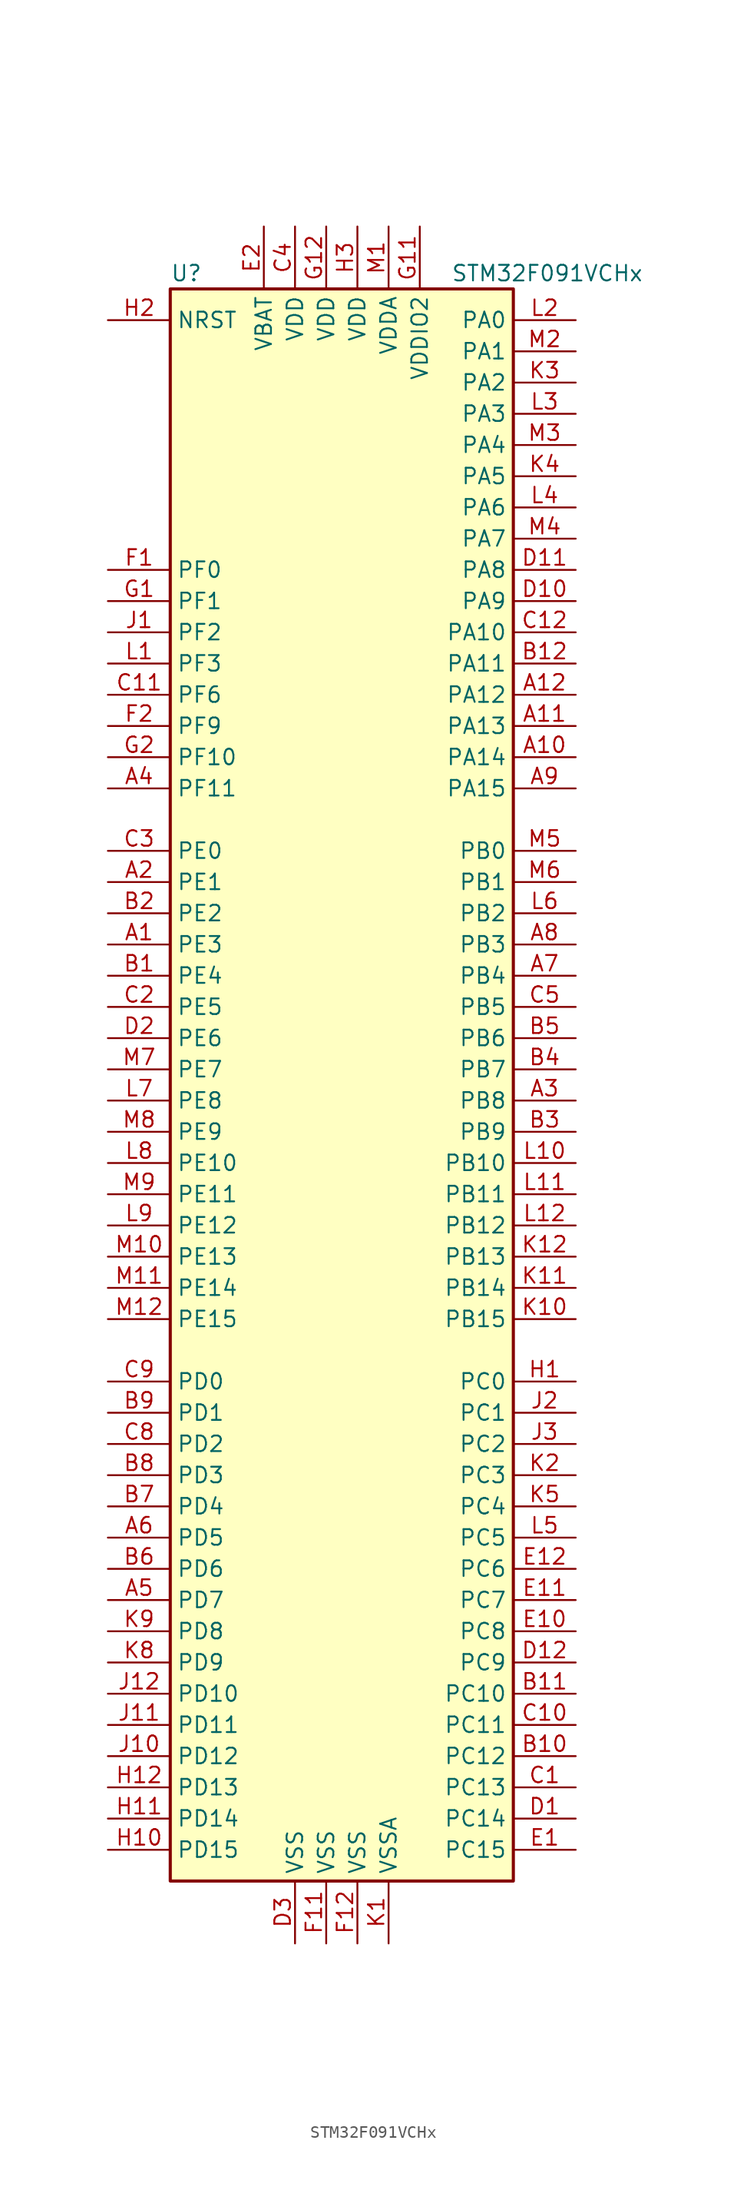
<source format=kicad_sym>
(kicad_symbol_lib
  (version 20211014)
  (generator kicad_symbol_editor)
  (symbol "STM32F091VCHx"
    (property "Reference" "U"
      (at -15.24 64.77 0)
      (effects (font (size 1.27 1.27)) (justify left)))
    (property "Value" "STM32F091VCHx"
      (at 7.62 64.77 0)
      (effects (font (size 1.27 1.27)) (justify left)))
    (symbol "STM32F091VCHx_0_1"
      (rectangle (start -15.24 -66.04) (end 12.7 63.5) (stroke (width 0.254) (type default) (color 0 0 0 0)) (fill (type background))))
    (symbol "STM32F091VCHx_1_1"
      (pin bidirectional line (at -20.32 10.16 0) (length 5.08) (name "PE3" (effects (font (size 1.27 1.27)))) (number "A1" (effects (font (size 1.27 1.27)))))
      (pin bidirectional line (at 17.78 25.4 180) (length 5.08) (name "PA14" (effects (font (size 1.27 1.27)))) (number "A10" (effects (font (size 1.27 1.27)))))
      (pin bidirectional line (at 17.78 27.94 180) (length 5.08) (name "PA13" (effects (font (size 1.27 1.27)))) (number "A11" (effects (font (size 1.27 1.27)))))
      (pin bidirectional line (at 17.78 30.48 180) (length 5.08) (name "PA12" (effects (font (size 1.27 1.27)))) (number "A12" (effects (font (size 1.27 1.27)))))
      (pin bidirectional line (at -20.32 15.24 0) (length 5.08) (name "PE1" (effects (font (size 1.27 1.27)))) (number "A2" (effects (font (size 1.27 1.27)))))
      (pin bidirectional line (at 17.78 -2.54 180) (length 5.08) (name "PB8" (effects (font (size 1.27 1.27)))) (number "A3" (effects (font (size 1.27 1.27)))))
      (pin bidirectional line (at -20.32 22.86 0) (length 5.08) (name "PF11" (effects (font (size 1.27 1.27)))) (number "A4" (effects (font (size 1.27 1.27)))))
      (pin bidirectional line (at -20.32 -43.18 0) (length 5.08) (name "PD7" (effects (font (size 1.27 1.27)))) (number "A5" (effects (font (size 1.27 1.27)))))
      (pin bidirectional line (at -20.32 -38.1 0) (length 5.08) (name "PD5" (effects (font (size 1.27 1.27)))) (number "A6" (effects (font (size 1.27 1.27)))))
      (pin bidirectional line (at 17.78 7.62 180) (length 5.08) (name "PB4" (effects (font (size 1.27 1.27)))) (number "A7" (effects (font (size 1.27 1.27)))))
      (pin bidirectional line (at 17.78 10.16 180) (length 5.08) (name "PB3" (effects (font (size 1.27 1.27)))) (number "A8" (effects (font (size 1.27 1.27)))))
      (pin bidirectional line (at 17.78 22.86 180) (length 5.08) (name "PA15" (effects (font (size 1.27 1.27)))) (number "A9" (effects (font (size 1.27 1.27)))))
      (pin bidirectional line (at -20.32 7.62 0) (length 5.08) (name "PE4" (effects (font (size 1.27 1.27)))) (number "B1" (effects (font (size 1.27 1.27)))))
      (pin bidirectional line (at 17.78 -55.88 180) (length 5.08) (name "PC12" (effects (font (size 1.27 1.27)))) (number "B10" (effects (font (size 1.27 1.27)))))
      (pin bidirectional line (at 17.78 -50.8 180) (length 5.08) (name "PC10" (effects (font (size 1.27 1.27)))) (number "B11" (effects (font (size 1.27 1.27)))))
      (pin bidirectional line (at 17.78 33.02 180) (length 5.08) (name "PA11" (effects (font (size 1.27 1.27)))) (number "B12" (effects (font (size 1.27 1.27)))))
      (pin bidirectional line (at -20.32 12.7 0) (length 5.08) (name "PE2" (effects (font (size 1.27 1.27)))) (number "B2" (effects (font (size 1.27 1.27)))))
      (pin bidirectional line (at 17.78 -5.08 180) (length 5.08) (name "PB9" (effects (font (size 1.27 1.27)))) (number "B3" (effects (font (size 1.27 1.27)))))
      (pin bidirectional line (at 17.78 0 180) (length 5.08) (name "PB7" (effects (font (size 1.27 1.27)))) (number "B4" (effects (font (size 1.27 1.27)))))
      (pin bidirectional line (at 17.78 2.54 180) (length 5.08) (name "PB6" (effects (font (size 1.27 1.27)))) (number "B5" (effects (font (size 1.27 1.27)))))
      (pin bidirectional line (at -20.32 -40.64 0) (length 5.08) (name "PD6" (effects (font (size 1.27 1.27)))) (number "B6" (effects (font (size 1.27 1.27)))))
      (pin bidirectional line (at -20.32 -35.56 0) (length 5.08) (name "PD4" (effects (font (size 1.27 1.27)))) (number "B7" (effects (font (size 1.27 1.27)))))
      (pin bidirectional line (at -20.32 -33.02 0) (length 5.08) (name "PD3" (effects (font (size 1.27 1.27)))) (number "B8" (effects (font (size 1.27 1.27)))))
      (pin bidirectional line (at -20.32 -27.94 0) (length 5.08) (name "PD1" (effects (font (size 1.27 1.27)))) (number "B9" (effects (font (size 1.27 1.27)))))
      (pin bidirectional line (at 17.78 -58.42 180) (length 5.08) (name "PC13" (effects (font (size 1.27 1.27)))) (number "C1" (effects (font (size 1.27 1.27)))))
      (pin bidirectional line (at 17.78 -53.34 180) (length 5.08) (name "PC11" (effects (font (size 1.27 1.27)))) (number "C10" (effects (font (size 1.27 1.27)))))
      (pin bidirectional line (at -20.32 30.48 0) (length 5.08) (name "PF6" (effects (font (size 1.27 1.27)))) (number "C11" (effects (font (size 1.27 1.27)))))
      (pin bidirectional line (at 17.78 35.56 180) (length 5.08) (name "PA10" (effects (font (size 1.27 1.27)))) (number "C12" (effects (font (size 1.27 1.27)))))
      (pin bidirectional line (at -20.32 5.08 0) (length 5.08) (name "PE5" (effects (font (size 1.27 1.27)))) (number "C2" (effects (font (size 1.27 1.27)))))
      (pin bidirectional line (at -20.32 17.78 0) (length 5.08) (name "PE0" (effects (font (size 1.27 1.27)))) (number "C3" (effects (font (size 1.27 1.27)))))
      (pin power_in line (at -5.08 68.58 270) (length 5.08) (name "VDD" (effects (font (size 1.27 1.27)))) (number "C4" (effects (font (size 1.27 1.27)))))
      (pin bidirectional line (at 17.78 5.08 180) (length 5.08) (name "PB5" (effects (font (size 1.27 1.27)))) (number "C5" (effects (font (size 1.27 1.27)))))
      (pin bidirectional line (at -20.32 -30.48 0) (length 5.08) (name "PD2" (effects (font (size 1.27 1.27)))) (number "C8" (effects (font (size 1.27 1.27)))))
      (pin bidirectional line (at -20.32 -25.4 0) (length 5.08) (name "PD0" (effects (font (size 1.27 1.27)))) (number "C9" (effects (font (size 1.27 1.27)))))
      (pin bidirectional line (at 17.78 -60.96 180) (length 5.08) (name "PC14" (effects (font (size 1.27 1.27)))) (number "D1" (effects (font (size 1.27 1.27)))))
      (pin bidirectional line (at 17.78 38.1 180) (length 5.08) (name "PA9" (effects (font (size 1.27 1.27)))) (number "D10" (effects (font (size 1.27 1.27)))))
      (pin bidirectional line (at 17.78 40.64 180) (length 5.08) (name "PA8" (effects (font (size 1.27 1.27)))) (number "D11" (effects (font (size 1.27 1.27)))))
      (pin bidirectional line (at 17.78 -48.26 180) (length 5.08) (name "PC9" (effects (font (size 1.27 1.27)))) (number "D12" (effects (font (size 1.27 1.27)))))
      (pin bidirectional line (at -20.32 2.54 0) (length 5.08) (name "PE6" (effects (font (size 1.27 1.27)))) (number "D2" (effects (font (size 1.27 1.27)))))
      (pin power_in line (at -5.08 -71.12 90) (length 5.08) (name "VSS" (effects (font (size 1.27 1.27)))) (number "D3" (effects (font (size 1.27 1.27)))))
      (pin bidirectional line (at 17.78 -63.5 180) (length 5.08) (name "PC15" (effects (font (size 1.27 1.27)))) (number "E1" (effects (font (size 1.27 1.27)))))
      (pin bidirectional line (at 17.78 -45.72 180) (length 5.08) (name "PC8" (effects (font (size 1.27 1.27)))) (number "E10" (effects (font (size 1.27 1.27)))))
      (pin bidirectional line (at 17.78 -43.18 180) (length 5.08) (name "PC7" (effects (font (size 1.27 1.27)))) (number "E11" (effects (font (size 1.27 1.27)))))
      (pin bidirectional line (at 17.78 -40.64 180) (length 5.08) (name "PC6" (effects (font (size 1.27 1.27)))) (number "E12" (effects (font (size 1.27 1.27)))))
      (pin power_in line (at -7.62 68.58 270) (length 5.08) (name "VBAT" (effects (font (size 1.27 1.27)))) (number "E2" (effects (font (size 1.27 1.27)))))
      (pin no_connect line (at -15.24 -63.5 0) (length 5.08) hide (name "NC" (effects (font (size 1.27 1.27)))) (number "E3" (effects (font (size 1.27 1.27)))))
      (pin input line (at -20.32 40.64 0) (length 5.08) (name "PF0" (effects (font (size 1.27 1.27)))) (number "F1" (effects (font (size 1.27 1.27)))))
      (pin power_in line (at -2.54 -71.12 90) (length 5.08) (name "VSS" (effects (font (size 1.27 1.27)))) (number "F11" (effects (font (size 1.27 1.27)))))
      (pin power_in line (at 0 -71.12 90) (length 5.08) (name "VSS" (effects (font (size 1.27 1.27)))) (number "F12" (effects (font (size 1.27 1.27)))))
      (pin bidirectional line (at -20.32 27.94 0) (length 5.08) (name "PF9" (effects (font (size 1.27 1.27)))) (number "F2" (effects (font (size 1.27 1.27)))))
      (pin input line (at -20.32 38.1 0) (length 5.08) (name "PF1" (effects (font (size 1.27 1.27)))) (number "G1" (effects (font (size 1.27 1.27)))))
      (pin power_in line (at 5.08 68.58 270) (length 5.08) (name "VDDIO2" (effects (font (size 1.27 1.27)))) (number "G11" (effects (font (size 1.27 1.27)))))
      (pin power_in line (at -2.54 68.58 270) (length 5.08) (name "VDD" (effects (font (size 1.27 1.27)))) (number "G12" (effects (font (size 1.27 1.27)))))
      (pin bidirectional line (at -20.32 25.4 0) (length 5.08) (name "PF10" (effects (font (size 1.27 1.27)))) (number "G2" (effects (font (size 1.27 1.27)))))
      (pin bidirectional line (at 17.78 -25.4 180) (length 5.08) (name "PC0" (effects (font (size 1.27 1.27)))) (number "H1" (effects (font (size 1.27 1.27)))))
      (pin bidirectional line (at -20.32 -63.5 0) (length 5.08) (name "PD15" (effects (font (size 1.27 1.27)))) (number "H10" (effects (font (size 1.27 1.27)))))
      (pin bidirectional line (at -20.32 -60.96 0) (length 5.08) (name "PD14" (effects (font (size 1.27 1.27)))) (number "H11" (effects (font (size 1.27 1.27)))))
      (pin bidirectional line (at -20.32 -58.42 0) (length 5.08) (name "PD13" (effects (font (size 1.27 1.27)))) (number "H12" (effects (font (size 1.27 1.27)))))
      (pin input line (at -20.32 60.96 0) (length 5.08) (name "NRST" (effects (font (size 1.27 1.27)))) (number "H2" (effects (font (size 1.27 1.27)))))
      (pin power_in line (at 0 68.58 270) (length 5.08) (name "VDD" (effects (font (size 1.27 1.27)))) (number "H3" (effects (font (size 1.27 1.27)))))
      (pin bidirectional line (at -20.32 35.56 0) (length 5.08) (name "PF2" (effects (font (size 1.27 1.27)))) (number "J1" (effects (font (size 1.27 1.27)))))
      (pin bidirectional line (at -20.32 -55.88 0) (length 5.08) (name "PD12" (effects (font (size 1.27 1.27)))) (number "J10" (effects (font (size 1.27 1.27)))))
      (pin bidirectional line (at -20.32 -53.34 0) (length 5.08) (name "PD11" (effects (font (size 1.27 1.27)))) (number "J11" (effects (font (size 1.27 1.27)))))
      (pin bidirectional line (at -20.32 -50.8 0) (length 5.08) (name "PD10" (effects (font (size 1.27 1.27)))) (number "J12" (effects (font (size 1.27 1.27)))))
      (pin bidirectional line (at 17.78 -27.94 180) (length 5.08) (name "PC1" (effects (font (size 1.27 1.27)))) (number "J2" (effects (font (size 1.27 1.27)))))
      (pin bidirectional line (at 17.78 -30.48 180) (length 5.08) (name "PC2" (effects (font (size 1.27 1.27)))) (number "J3" (effects (font (size 1.27 1.27)))))
      (pin power_in line (at 2.54 -71.12 90) (length 5.08) (name "VSSA" (effects (font (size 1.27 1.27)))) (number "K1" (effects (font (size 1.27 1.27)))))
      (pin bidirectional line (at 17.78 -20.32 180) (length 5.08) (name "PB15" (effects (font (size 1.27 1.27)))) (number "K10" (effects (font (size 1.27 1.27)))))
      (pin bidirectional line (at 17.78 -17.78 180) (length 5.08) (name "PB14" (effects (font (size 1.27 1.27)))) (number "K11" (effects (font (size 1.27 1.27)))))
      (pin bidirectional line (at 17.78 -15.24 180) (length 5.08) (name "PB13" (effects (font (size 1.27 1.27)))) (number "K12" (effects (font (size 1.27 1.27)))))
      (pin bidirectional line (at 17.78 -33.02 180) (length 5.08) (name "PC3" (effects (font (size 1.27 1.27)))) (number "K2" (effects (font (size 1.27 1.27)))))
      (pin bidirectional line (at 17.78 55.88 180) (length 5.08) (name "PA2" (effects (font (size 1.27 1.27)))) (number "K3" (effects (font (size 1.27 1.27)))))
      (pin bidirectional line (at 17.78 48.26 180) (length 5.08) (name "PA5" (effects (font (size 1.27 1.27)))) (number "K4" (effects (font (size 1.27 1.27)))))
      (pin bidirectional line (at 17.78 -35.56 180) (length 5.08) (name "PC4" (effects (font (size 1.27 1.27)))) (number "K5" (effects (font (size 1.27 1.27)))))
      (pin bidirectional line (at -20.32 -48.26 0) (length 5.08) (name "PD9" (effects (font (size 1.27 1.27)))) (number "K8" (effects (font (size 1.27 1.27)))))
      (pin bidirectional line (at -20.32 -45.72 0) (length 5.08) (name "PD8" (effects (font (size 1.27 1.27)))) (number "K9" (effects (font (size 1.27 1.27)))))
      (pin bidirectional line (at -20.32 33.02 0) (length 5.08) (name "PF3" (effects (font (size 1.27 1.27)))) (number "L1" (effects (font (size 1.27 1.27)))))
      (pin bidirectional line (at 17.78 -7.62 180) (length 5.08) (name "PB10" (effects (font (size 1.27 1.27)))) (number "L10" (effects (font (size 1.27 1.27)))))
      (pin bidirectional line (at 17.78 -10.16 180) (length 5.08) (name "PB11" (effects (font (size 1.27 1.27)))) (number "L11" (effects (font (size 1.27 1.27)))))
      (pin bidirectional line (at 17.78 -12.7 180) (length 5.08) (name "PB12" (effects (font (size 1.27 1.27)))) (number "L12" (effects (font (size 1.27 1.27)))))
      (pin bidirectional line (at 17.78 60.96 180) (length 5.08) (name "PA0" (effects (font (size 1.27 1.27)))) (number "L2" (effects (font (size 1.27 1.27)))))
      (pin bidirectional line (at 17.78 53.34 180) (length 5.08) (name "PA3" (effects (font (size 1.27 1.27)))) (number "L3" (effects (font (size 1.27 1.27)))))
      (pin bidirectional line (at 17.78 45.72 180) (length 5.08) (name "PA6" (effects (font (size 1.27 1.27)))) (number "L4" (effects (font (size 1.27 1.27)))))
      (pin bidirectional line (at 17.78 -38.1 180) (length 5.08) (name "PC5" (effects (font (size 1.27 1.27)))) (number "L5" (effects (font (size 1.27 1.27)))))
      (pin bidirectional line (at 17.78 12.7 180) (length 5.08) (name "PB2" (effects (font (size 1.27 1.27)))) (number "L6" (effects (font (size 1.27 1.27)))))
      (pin bidirectional line (at -20.32 -2.54 0) (length 5.08) (name "PE8" (effects (font (size 1.27 1.27)))) (number "L7" (effects (font (size 1.27 1.27)))))
      (pin bidirectional line (at -20.32 -7.62 0) (length 5.08) (name "PE10" (effects (font (size 1.27 1.27)))) (number "L8" (effects (font (size 1.27 1.27)))))
      (pin bidirectional line (at -20.32 -12.7 0) (length 5.08) (name "PE12" (effects (font (size 1.27 1.27)))) (number "L9" (effects (font (size 1.27 1.27)))))
      (pin power_in line (at 2.54 68.58 270) (length 5.08) (name "VDDA" (effects (font (size 1.27 1.27)))) (number "M1" (effects (font (size 1.27 1.27)))))
      (pin bidirectional line (at -20.32 -15.24 0) (length 5.08) (name "PE13" (effects (font (size 1.27 1.27)))) (number "M10" (effects (font (size 1.27 1.27)))))
      (pin bidirectional line (at -20.32 -17.78 0) (length 5.08) (name "PE14" (effects (font (size 1.27 1.27)))) (number "M11" (effects (font (size 1.27 1.27)))))
      (pin bidirectional line (at -20.32 -20.32 0) (length 5.08) (name "PE15" (effects (font (size 1.27 1.27)))) (number "M12" (effects (font (size 1.27 1.27)))))
      (pin bidirectional line (at 17.78 58.42 180) (length 5.08) (name "PA1" (effects (font (size 1.27 1.27)))) (number "M2" (effects (font (size 1.27 1.27)))))
      (pin bidirectional line (at 17.78 50.8 180) (length 5.08) (name "PA4" (effects (font (size 1.27 1.27)))) (number "M3" (effects (font (size 1.27 1.27)))))
      (pin bidirectional line (at 17.78 43.18 180) (length 5.08) (name "PA7" (effects (font (size 1.27 1.27)))) (number "M4" (effects (font (size 1.27 1.27)))))
      (pin bidirectional line (at 17.78 17.78 180) (length 5.08) (name "PB0" (effects (font (size 1.27 1.27)))) (number "M5" (effects (font (size 1.27 1.27)))))
      (pin bidirectional line (at 17.78 15.24 180) (length 5.08) (name "PB1" (effects (font (size 1.27 1.27)))) (number "M6" (effects (font (size 1.27 1.27)))))
      (pin bidirectional line (at -20.32 0 0) (length 5.08) (name "PE7" (effects (font (size 1.27 1.27)))) (number "M7" (effects (font (size 1.27 1.27)))))
      (pin bidirectional line (at -20.32 -5.08 0) (length 5.08) (name "PE9" (effects (font (size 1.27 1.27)))) (number "M8" (effects (font (size 1.27 1.27)))))
      (pin bidirectional line (at -20.32 -10.16 0) (length 5.08) (name "PE11" (effects (font (size 1.27 1.27)))) (number "M9" (effects (font (size 1.27 1.27))))))))
</source>
